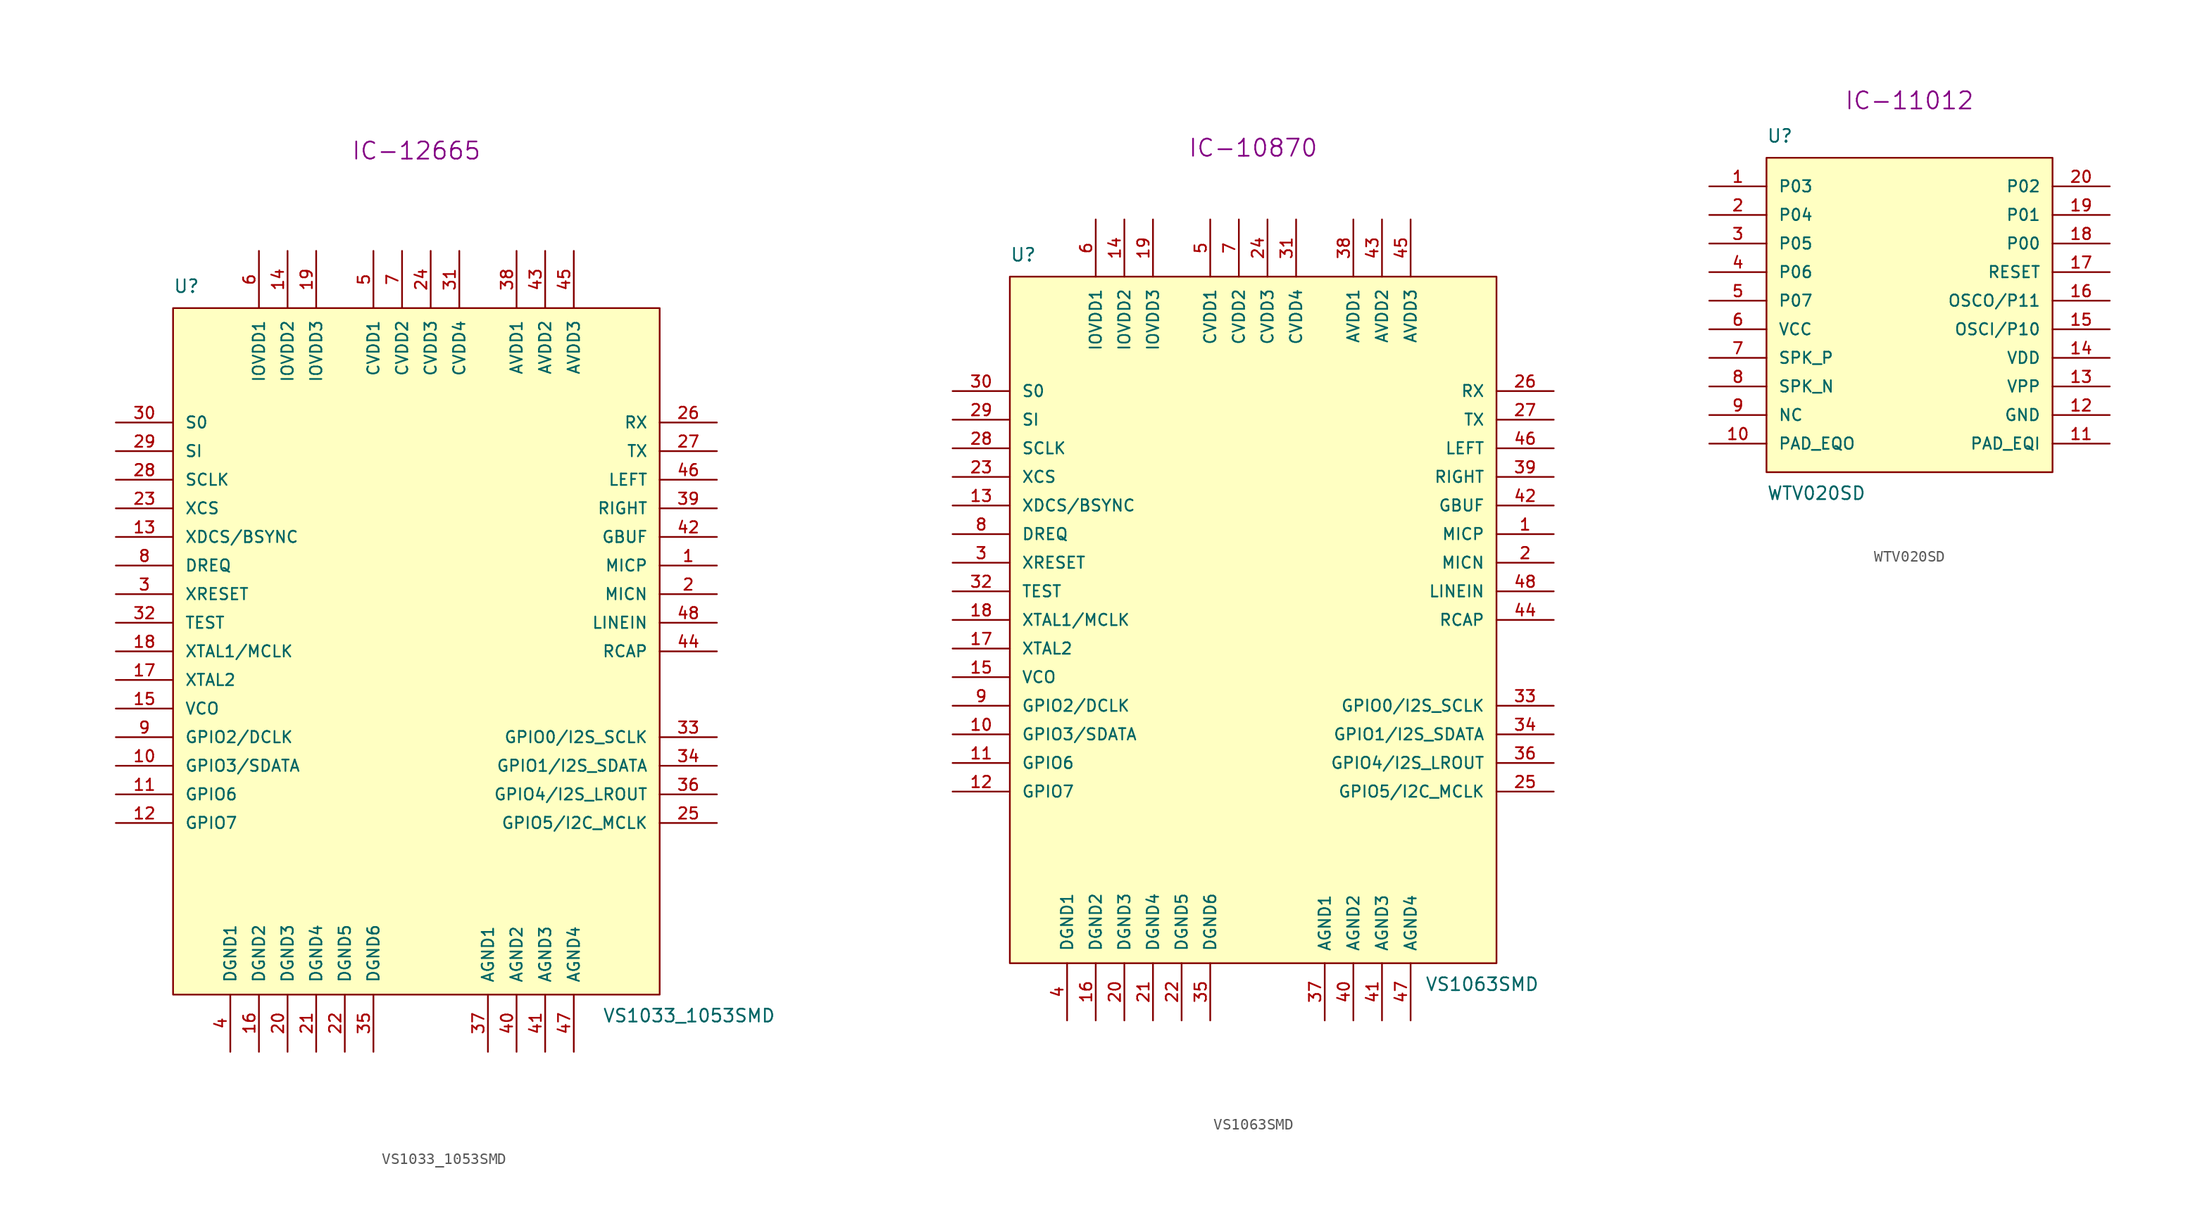
<source format=kicad_sym>
(kicad_symbol_lib
  (version 20220914)
  (generator kicad_symbol_editor)
  (symbol "VS1033_1053SMD"
    (pin_names
      (offset 1.016))
    (property "Reference" "U"
      (at -21.59 31.75 0)
      (effects (font (size 1.143 1.143)) (justify left bottom)))
    (property "Value" "VS1033_1053SMD"
      (at 16.51 -33.02 0)
      (effects (font (size 1.143 1.143)) (justify left bottom)))
    (property "Field4" "IC-12665"
      (at 0 44.45 0)
      (effects (font (size 1.524 1.524))))
    (property "ki_locked" ""
      (at 0 0 0)
      (effects (font (size 1.27 1.27))))
    (symbol "VS1033_1053SMD_1_1"
      (polyline (pts (xy -21.59 -30.48) (xy 21.59 -30.48) (xy 21.59 30.48) (xy -21.59 30.48) (xy -21.59 -30.48)) (stroke (width 0) (type solid)) (fill (type background)))
      (pin bidirectional line (at 26.67 7.62 180) (length 5.08) (name "MICP" (effects (font (size 1.016 1.016)))) (number "1" (effects (font (size 1.016 1.016)))))
      (pin bidirectional line (at -26.67 -10.16 0) (length 5.08) (name "GPIO3/SDATA" (effects (font (size 1.016 1.016)))) (number "10" (effects (font (size 1.016 1.016)))))
      (pin bidirectional line (at -26.67 -12.7 0) (length 5.08) (name "GPIO6" (effects (font (size 1.016 1.016)))) (number "11" (effects (font (size 1.016 1.016)))))
      (pin bidirectional line (at -26.67 -15.24 0) (length 5.08) (name "GPIO7" (effects (font (size 1.016 1.016)))) (number "12" (effects (font (size 1.016 1.016)))))
      (pin bidirectional line (at -26.67 10.16 0) (length 5.08) (name "XDCS/BSYNC" (effects (font (size 1.016 1.016)))) (number "13" (effects (font (size 1.016 1.016)))))
      (pin bidirectional line (at -11.43 35.56 270) (length 5.08) (name "IOVDD2" (effects (font (size 1.016 1.016)))) (number "14" (effects (font (size 1.016 1.016)))))
      (pin bidirectional line (at -26.67 -5.08 0) (length 5.08) (name "VCO" (effects (font (size 1.016 1.016)))) (number "15" (effects (font (size 1.016 1.016)))))
      (pin bidirectional line (at -13.97 -35.56 90) (length 5.08) (name "DGND2" (effects (font (size 1.016 1.016)))) (number "16" (effects (font (size 1.016 1.016)))))
      (pin bidirectional line (at -26.67 -2.54 0) (length 5.08) (name "XTAL2" (effects (font (size 1.016 1.016)))) (number "17" (effects (font (size 1.016 1.016)))))
      (pin bidirectional line (at -26.67 0 0) (length 5.08) (name "XTAL1/MCLK" (effects (font (size 1.016 1.016)))) (number "18" (effects (font (size 1.016 1.016)))))
      (pin bidirectional line (at -8.89 35.56 270) (length 5.08) (name "IOVDD3" (effects (font (size 1.016 1.016)))) (number "19" (effects (font (size 1.016 1.016)))))
      (pin bidirectional line (at 26.67 5.08 180) (length 5.08) (name "MICN" (effects (font (size 1.016 1.016)))) (number "2" (effects (font (size 1.016 1.016)))))
      (pin bidirectional line (at -11.43 -35.56 90) (length 5.08) (name "DGND3" (effects (font (size 1.016 1.016)))) (number "20" (effects (font (size 1.016 1.016)))))
      (pin bidirectional line (at -8.89 -35.56 90) (length 5.08) (name "DGND4" (effects (font (size 1.016 1.016)))) (number "21" (effects (font (size 1.016 1.016)))))
      (pin bidirectional line (at -6.35 -35.56 90) (length 5.08) (name "DGND5" (effects (font (size 1.016 1.016)))) (number "22" (effects (font (size 1.016 1.016)))))
      (pin bidirectional line (at -26.67 12.7 0) (length 5.08) (name "XCS" (effects (font (size 1.016 1.016)))) (number "23" (effects (font (size 1.016 1.016)))))
      (pin bidirectional line (at 1.27 35.56 270) (length 5.08) (name "CVDD3" (effects (font (size 1.016 1.016)))) (number "24" (effects (font (size 1.016 1.016)))))
      (pin bidirectional line (at 26.67 -15.24 180) (length 5.08) (name "GPIO5/I2C_MCLK" (effects (font (size 1.016 1.016)))) (number "25" (effects (font (size 1.016 1.016)))))
      (pin bidirectional line (at 26.67 20.32 180) (length 5.08) (name "RX" (effects (font (size 1.016 1.016)))) (number "26" (effects (font (size 1.016 1.016)))))
      (pin bidirectional line (at 26.67 17.78 180) (length 5.08) (name "TX" (effects (font (size 1.016 1.016)))) (number "27" (effects (font (size 1.016 1.016)))))
      (pin bidirectional line (at -26.67 15.24 0) (length 5.08) (name "SCLK" (effects (font (size 1.016 1.016)))) (number "28" (effects (font (size 1.016 1.016)))))
      (pin bidirectional line (at -26.67 17.78 0) (length 5.08) (name "SI" (effects (font (size 1.016 1.016)))) (number "29" (effects (font (size 1.016 1.016)))))
      (pin bidirectional line (at -26.67 5.08 0) (length 5.08) (name "XRESET" (effects (font (size 1.016 1.016)))) (number "3" (effects (font (size 1.016 1.016)))))
      (pin bidirectional line (at -26.67 20.32 0) (length 5.08) (name "S0" (effects (font (size 1.016 1.016)))) (number "30" (effects (font (size 1.016 1.016)))))
      (pin bidirectional line (at 3.81 35.56 270) (length 5.08) (name "CVDD4" (effects (font (size 1.016 1.016)))) (number "31" (effects (font (size 1.016 1.016)))))
      (pin bidirectional line (at -26.67 2.54 0) (length 5.08) (name "TEST" (effects (font (size 1.016 1.016)))) (number "32" (effects (font (size 1.016 1.016)))))
      (pin bidirectional line (at 26.67 -7.62 180) (length 5.08) (name "GPIO0/I2S_SCLK" (effects (font (size 1.016 1.016)))) (number "33" (effects (font (size 1.016 1.016)))))
      (pin bidirectional line (at 26.67 -10.16 180) (length 5.08) (name "GPIO1/I2S_SDATA" (effects (font (size 1.016 1.016)))) (number "34" (effects (font (size 1.016 1.016)))))
      (pin bidirectional line (at -3.81 -35.56 90) (length 5.08) (name "DGND6" (effects (font (size 1.016 1.016)))) (number "35" (effects (font (size 1.016 1.016)))))
      (pin bidirectional line (at 26.67 -12.7 180) (length 5.08) (name "GPIO4/I2S_LROUT" (effects (font (size 1.016 1.016)))) (number "36" (effects (font (size 1.016 1.016)))))
      (pin bidirectional line (at 6.35 -35.56 90) (length 5.08) (name "AGND1" (effects (font (size 1.016 1.016)))) (number "37" (effects (font (size 1.016 1.016)))))
      (pin bidirectional line (at 8.89 35.56 270) (length 5.08) (name "AVDD1" (effects (font (size 1.016 1.016)))) (number "38" (effects (font (size 1.016 1.016)))))
      (pin bidirectional line (at 26.67 12.7 180) (length 5.08) (name "RIGHT" (effects (font (size 1.016 1.016)))) (number "39" (effects (font (size 1.016 1.016)))))
      (pin bidirectional line (at -16.51 -35.56 90) (length 5.08) (name "DGND1" (effects (font (size 1.016 1.016)))) (number "4" (effects (font (size 1.016 1.016)))))
      (pin bidirectional line (at 8.89 -35.56 90) (length 5.08) (name "AGND2" (effects (font (size 1.016 1.016)))) (number "40" (effects (font (size 1.016 1.016)))))
      (pin bidirectional line (at 11.43 -35.56 90) (length 5.08) (name "AGND3" (effects (font (size 1.016 1.016)))) (number "41" (effects (font (size 1.016 1.016)))))
      (pin bidirectional line (at 26.67 10.16 180) (length 5.08) (name "GBUF" (effects (font (size 1.016 1.016)))) (number "42" (effects (font (size 1.016 1.016)))))
      (pin bidirectional line (at 11.43 35.56 270) (length 5.08) (name "AVDD2" (effects (font (size 1.016 1.016)))) (number "43" (effects (font (size 1.016 1.016)))))
      (pin bidirectional line (at 26.67 0 180) (length 5.08) (name "RCAP" (effects (font (size 1.016 1.016)))) (number "44" (effects (font (size 1.016 1.016)))))
      (pin bidirectional line (at 13.97 35.56 270) (length 5.08) (name "AVDD3" (effects (font (size 1.016 1.016)))) (number "45" (effects (font (size 1.016 1.016)))))
      (pin bidirectional line (at 26.67 15.24 180) (length 5.08) (name "LEFT" (effects (font (size 1.016 1.016)))) (number "46" (effects (font (size 1.016 1.016)))))
      (pin bidirectional line (at 13.97 -35.56 90) (length 5.08) (name "AGND4" (effects (font (size 1.016 1.016)))) (number "47" (effects (font (size 1.016 1.016)))))
      (pin bidirectional line (at 26.67 2.54 180) (length 5.08) (name "LINEIN" (effects (font (size 1.016 1.016)))) (number "48" (effects (font (size 1.016 1.016)))))
      (pin bidirectional line (at -3.81 35.56 270) (length 5.08) (name "CVDD1" (effects (font (size 1.016 1.016)))) (number "5" (effects (font (size 1.016 1.016)))))
      (pin bidirectional line (at -13.97 35.56 270) (length 5.08) (name "IOVDD1" (effects (font (size 1.016 1.016)))) (number "6" (effects (font (size 1.016 1.016)))))
      (pin bidirectional line (at -1.27 35.56 270) (length 5.08) (name "CVDD2" (effects (font (size 1.016 1.016)))) (number "7" (effects (font (size 1.016 1.016)))))
      (pin bidirectional line (at -26.67 7.62 0) (length 5.08) (name "DREQ" (effects (font (size 1.016 1.016)))) (number "8" (effects (font (size 1.016 1.016)))))
      (pin bidirectional line (at -26.67 -7.62 0) (length 5.08) (name "GPIO2/DCLK" (effects (font (size 1.016 1.016)))) (number "9" (effects (font (size 1.016 1.016)))))))
  (symbol "VS1063SMD"
    (pin_names
      (offset 1.016))
    (property "Reference" "U"
      (at -21.59 31.75 0)
      (effects (font (size 1.143 1.143)) (justify left bottom)))
    (property "Value" "VS1063SMD"
      (at 15.24 -33.02 0)
      (effects (font (size 1.143 1.143)) (justify left bottom)))
    (property "Field4" "IC-10870"
      (at 0 41.91 0)
      (effects (font (size 1.524 1.524))))
    (property "ki_locked" ""
      (at 0 0 0)
      (effects (font (size 1.27 1.27))))
    (symbol "VS1063SMD_1_1"
      (polyline (pts (xy -21.59 -30.48) (xy 21.59 -30.48) (xy 21.59 30.48) (xy -21.59 30.48) (xy -21.59 -30.48)) (stroke (width 0) (type solid)) (fill (type background)))
      (pin bidirectional line (at 26.67 7.62 180) (length 5.08) (name "MICP" (effects (font (size 1.016 1.016)))) (number "1" (effects (font (size 1.016 1.016)))))
      (pin bidirectional line (at -26.67 -10.16 0) (length 5.08) (name "GPIO3/SDATA" (effects (font (size 1.016 1.016)))) (number "10" (effects (font (size 1.016 1.016)))))
      (pin bidirectional line (at -26.67 -12.7 0) (length 5.08) (name "GPIO6" (effects (font (size 1.016 1.016)))) (number "11" (effects (font (size 1.016 1.016)))))
      (pin bidirectional line (at -26.67 -15.24 0) (length 5.08) (name "GPIO7" (effects (font (size 1.016 1.016)))) (number "12" (effects (font (size 1.016 1.016)))))
      (pin bidirectional line (at -26.67 10.16 0) (length 5.08) (name "XDCS/BSYNC" (effects (font (size 1.016 1.016)))) (number "13" (effects (font (size 1.016 1.016)))))
      (pin bidirectional line (at -11.43 35.56 270) (length 5.08) (name "IOVDD2" (effects (font (size 1.016 1.016)))) (number "14" (effects (font (size 1.016 1.016)))))
      (pin bidirectional line (at -26.67 -5.08 0) (length 5.08) (name "VCO" (effects (font (size 1.016 1.016)))) (number "15" (effects (font (size 1.016 1.016)))))
      (pin bidirectional line (at -13.97 -35.56 90) (length 5.08) (name "DGND2" (effects (font (size 1.016 1.016)))) (number "16" (effects (font (size 1.016 1.016)))))
      (pin bidirectional line (at -26.67 -2.54 0) (length 5.08) (name "XTAL2" (effects (font (size 1.016 1.016)))) (number "17" (effects (font (size 1.016 1.016)))))
      (pin bidirectional line (at -26.67 0 0) (length 5.08) (name "XTAL1/MCLK" (effects (font (size 1.016 1.016)))) (number "18" (effects (font (size 1.016 1.016)))))
      (pin bidirectional line (at -8.89 35.56 270) (length 5.08) (name "IOVDD3" (effects (font (size 1.016 1.016)))) (number "19" (effects (font (size 1.016 1.016)))))
      (pin bidirectional line (at 26.67 5.08 180) (length 5.08) (name "MICN" (effects (font (size 1.016 1.016)))) (number "2" (effects (font (size 1.016 1.016)))))
      (pin bidirectional line (at -11.43 -35.56 90) (length 5.08) (name "DGND3" (effects (font (size 1.016 1.016)))) (number "20" (effects (font (size 1.016 1.016)))))
      (pin bidirectional line (at -8.89 -35.56 90) (length 5.08) (name "DGND4" (effects (font (size 1.016 1.016)))) (number "21" (effects (font (size 1.016 1.016)))))
      (pin bidirectional line (at -6.35 -35.56 90) (length 5.08) (name "DGND5" (effects (font (size 1.016 1.016)))) (number "22" (effects (font (size 1.016 1.016)))))
      (pin bidirectional line (at -26.67 12.7 0) (length 5.08) (name "XCS" (effects (font (size 1.016 1.016)))) (number "23" (effects (font (size 1.016 1.016)))))
      (pin bidirectional line (at 1.27 35.56 270) (length 5.08) (name "CVDD3" (effects (font (size 1.016 1.016)))) (number "24" (effects (font (size 1.016 1.016)))))
      (pin bidirectional line (at 26.67 -15.24 180) (length 5.08) (name "GPIO5/I2C_MCLK" (effects (font (size 1.016 1.016)))) (number "25" (effects (font (size 1.016 1.016)))))
      (pin bidirectional line (at 26.67 20.32 180) (length 5.08) (name "RX" (effects (font (size 1.016 1.016)))) (number "26" (effects (font (size 1.016 1.016)))))
      (pin bidirectional line (at 26.67 17.78 180) (length 5.08) (name "TX" (effects (font (size 1.016 1.016)))) (number "27" (effects (font (size 1.016 1.016)))))
      (pin bidirectional line (at -26.67 15.24 0) (length 5.08) (name "SCLK" (effects (font (size 1.016 1.016)))) (number "28" (effects (font (size 1.016 1.016)))))
      (pin bidirectional line (at -26.67 17.78 0) (length 5.08) (name "SI" (effects (font (size 1.016 1.016)))) (number "29" (effects (font (size 1.016 1.016)))))
      (pin bidirectional line (at -26.67 5.08 0) (length 5.08) (name "XRESET" (effects (font (size 1.016 1.016)))) (number "3" (effects (font (size 1.016 1.016)))))
      (pin bidirectional line (at -26.67 20.32 0) (length 5.08) (name "S0" (effects (font (size 1.016 1.016)))) (number "30" (effects (font (size 1.016 1.016)))))
      (pin bidirectional line (at 3.81 35.56 270) (length 5.08) (name "CVDD4" (effects (font (size 1.016 1.016)))) (number "31" (effects (font (size 1.016 1.016)))))
      (pin bidirectional line (at -26.67 2.54 0) (length 5.08) (name "TEST" (effects (font (size 1.016 1.016)))) (number "32" (effects (font (size 1.016 1.016)))))
      (pin bidirectional line (at 26.67 -7.62 180) (length 5.08) (name "GPIO0/I2S_SCLK" (effects (font (size 1.016 1.016)))) (number "33" (effects (font (size 1.016 1.016)))))
      (pin bidirectional line (at 26.67 -10.16 180) (length 5.08) (name "GPIO1/I2S_SDATA" (effects (font (size 1.016 1.016)))) (number "34" (effects (font (size 1.016 1.016)))))
      (pin bidirectional line (at -3.81 -35.56 90) (length 5.08) (name "DGND6" (effects (font (size 1.016 1.016)))) (number "35" (effects (font (size 1.016 1.016)))))
      (pin bidirectional line (at 26.67 -12.7 180) (length 5.08) (name "GPIO4/I2S_LROUT" (effects (font (size 1.016 1.016)))) (number "36" (effects (font (size 1.016 1.016)))))
      (pin bidirectional line (at 6.35 -35.56 90) (length 5.08) (name "AGND1" (effects (font (size 1.016 1.016)))) (number "37" (effects (font (size 1.016 1.016)))))
      (pin bidirectional line (at 8.89 35.56 270) (length 5.08) (name "AVDD1" (effects (font (size 1.016 1.016)))) (number "38" (effects (font (size 1.016 1.016)))))
      (pin bidirectional line (at 26.67 12.7 180) (length 5.08) (name "RIGHT" (effects (font (size 1.016 1.016)))) (number "39" (effects (font (size 1.016 1.016)))))
      (pin bidirectional line (at -16.51 -35.56 90) (length 5.08) (name "DGND1" (effects (font (size 1.016 1.016)))) (number "4" (effects (font (size 1.016 1.016)))))
      (pin bidirectional line (at 8.89 -35.56 90) (length 5.08) (name "AGND2" (effects (font (size 1.016 1.016)))) (number "40" (effects (font (size 1.016 1.016)))))
      (pin bidirectional line (at 11.43 -35.56 90) (length 5.08) (name "AGND3" (effects (font (size 1.016 1.016)))) (number "41" (effects (font (size 1.016 1.016)))))
      (pin bidirectional line (at 26.67 10.16 180) (length 5.08) (name "GBUF" (effects (font (size 1.016 1.016)))) (number "42" (effects (font (size 1.016 1.016)))))
      (pin bidirectional line (at 11.43 35.56 270) (length 5.08) (name "AVDD2" (effects (font (size 1.016 1.016)))) (number "43" (effects (font (size 1.016 1.016)))))
      (pin bidirectional line (at 26.67 0 180) (length 5.08) (name "RCAP" (effects (font (size 1.016 1.016)))) (number "44" (effects (font (size 1.016 1.016)))))
      (pin bidirectional line (at 13.97 35.56 270) (length 5.08) (name "AVDD3" (effects (font (size 1.016 1.016)))) (number "45" (effects (font (size 1.016 1.016)))))
      (pin bidirectional line (at 26.67 15.24 180) (length 5.08) (name "LEFT" (effects (font (size 1.016 1.016)))) (number "46" (effects (font (size 1.016 1.016)))))
      (pin bidirectional line (at 13.97 -35.56 90) (length 5.08) (name "AGND4" (effects (font (size 1.016 1.016)))) (number "47" (effects (font (size 1.016 1.016)))))
      (pin bidirectional line (at 26.67 2.54 180) (length 5.08) (name "LINEIN" (effects (font (size 1.016 1.016)))) (number "48" (effects (font (size 1.016 1.016)))))
      (pin bidirectional line (at -3.81 35.56 270) (length 5.08) (name "CVDD1" (effects (font (size 1.016 1.016)))) (number "5" (effects (font (size 1.016 1.016)))))
      (pin bidirectional line (at -13.97 35.56 270) (length 5.08) (name "IOVDD1" (effects (font (size 1.016 1.016)))) (number "6" (effects (font (size 1.016 1.016)))))
      (pin bidirectional line (at -1.27 35.56 270) (length 5.08) (name "CVDD2" (effects (font (size 1.016 1.016)))) (number "7" (effects (font (size 1.016 1.016)))))
      (pin bidirectional line (at -26.67 7.62 0) (length 5.08) (name "DREQ" (effects (font (size 1.016 1.016)))) (number "8" (effects (font (size 1.016 1.016)))))
      (pin bidirectional line (at -26.67 -7.62 0) (length 5.08) (name "GPIO2/DCLK" (effects (font (size 1.016 1.016)))) (number "9" (effects (font (size 1.016 1.016)))))))
  (symbol "WTV020SD"
    (pin_names
      (offset 1.016))
    (property "Reference" "U"
      (at -12.7 15.24 0)
      (effects (font (size 1.143 1.143)) (justify left bottom)))
    (property "Value" "WTV020SD"
      (at -12.7 -16.51 0)
      (effects (font (size 1.143 1.143)) (justify left bottom)))
    (property "Field4" "IC-11012"
      (at 0 19.05 0)
      (effects (font (size 1.524 1.524))))
    (property "ki_locked" ""
      (at 0 0 0)
      (effects (font (size 1.27 1.27))))
    (symbol "WTV020SD_1_1"
      (polyline (pts (xy -12.7 13.97) (xy -12.7 -13.97) (xy 12.7 -13.97) (xy 12.7 13.97) (xy -12.7 13.97)) (stroke (width 0) (type solid)) (fill (type background)))
      (pin bidirectional line (at -17.78 11.43 0) (length 5.08) (name "P03" (effects (font (size 1.016 1.016)))) (number "1" (effects (font (size 1.016 1.016)))))
      (pin bidirectional line (at -17.78 -11.43 0) (length 5.08) (name "PAD_EQO" (effects (font (size 1.016 1.016)))) (number "10" (effects (font (size 1.016 1.016)))))
      (pin bidirectional line (at 17.78 -11.43 180) (length 5.08) (name "PAD_EQI" (effects (font (size 1.016 1.016)))) (number "11" (effects (font (size 1.016 1.016)))))
      (pin bidirectional line (at 17.78 -8.89 180) (length 5.08) (name "GND" (effects (font (size 1.016 1.016)))) (number "12" (effects (font (size 1.016 1.016)))))
      (pin bidirectional line (at 17.78 -6.35 180) (length 5.08) (name "VPP" (effects (font (size 1.016 1.016)))) (number "13" (effects (font (size 1.016 1.016)))))
      (pin bidirectional line (at 17.78 -3.81 180) (length 5.08) (name "VDD" (effects (font (size 1.016 1.016)))) (number "14" (effects (font (size 1.016 1.016)))))
      (pin bidirectional line (at 17.78 -1.27 180) (length 5.08) (name "OSCI/P10" (effects (font (size 1.016 1.016)))) (number "15" (effects (font (size 1.016 1.016)))))
      (pin bidirectional line (at 17.78 1.27 180) (length 5.08) (name "OSCO/P11" (effects (font (size 1.016 1.016)))) (number "16" (effects (font (size 1.016 1.016)))))
      (pin bidirectional line (at 17.78 3.81 180) (length 5.08) (name "RESET" (effects (font (size 1.016 1.016)))) (number "17" (effects (font (size 1.016 1.016)))))
      (pin bidirectional line (at 17.78 6.35 180) (length 5.08) (name "P00" (effects (font (size 1.016 1.016)))) (number "18" (effects (font (size 1.016 1.016)))))
      (pin bidirectional line (at 17.78 8.89 180) (length 5.08) (name "P01" (effects (font (size 1.016 1.016)))) (number "19" (effects (font (size 1.016 1.016)))))
      (pin bidirectional line (at -17.78 8.89 0) (length 5.08) (name "P04" (effects (font (size 1.016 1.016)))) (number "2" (effects (font (size 1.016 1.016)))))
      (pin bidirectional line (at 17.78 11.43 180) (length 5.08) (name "P02" (effects (font (size 1.016 1.016)))) (number "20" (effects (font (size 1.016 1.016)))))
      (pin bidirectional line (at -17.78 6.35 0) (length 5.08) (name "P05" (effects (font (size 1.016 1.016)))) (number "3" (effects (font (size 1.016 1.016)))))
      (pin bidirectional line (at -17.78 3.81 0) (length 5.08) (name "P06" (effects (font (size 1.016 1.016)))) (number "4" (effects (font (size 1.016 1.016)))))
      (pin bidirectional line (at -17.78 1.27 0) (length 5.08) (name "P07" (effects (font (size 1.016 1.016)))) (number "5" (effects (font (size 1.016 1.016)))))
      (pin bidirectional line (at -17.78 -1.27 0) (length 5.08) (name "VCC" (effects (font (size 1.016 1.016)))) (number "6" (effects (font (size 1.016 1.016)))))
      (pin bidirectional line (at -17.78 -3.81 0) (length 5.08) (name "SPK_P" (effects (font (size 1.016 1.016)))) (number "7" (effects (font (size 1.016 1.016)))))
      (pin bidirectional line (at -17.78 -6.35 0) (length 5.08) (name "SPK_N" (effects (font (size 1.016 1.016)))) (number "8" (effects (font (size 1.016 1.016)))))
      (pin bidirectional line (at -17.78 -8.89 0) (length 5.08) (name "NC" (effects (font (size 1.016 1.016)))) (number "9" (effects (font (size 1.016 1.016))))))))
</source>
